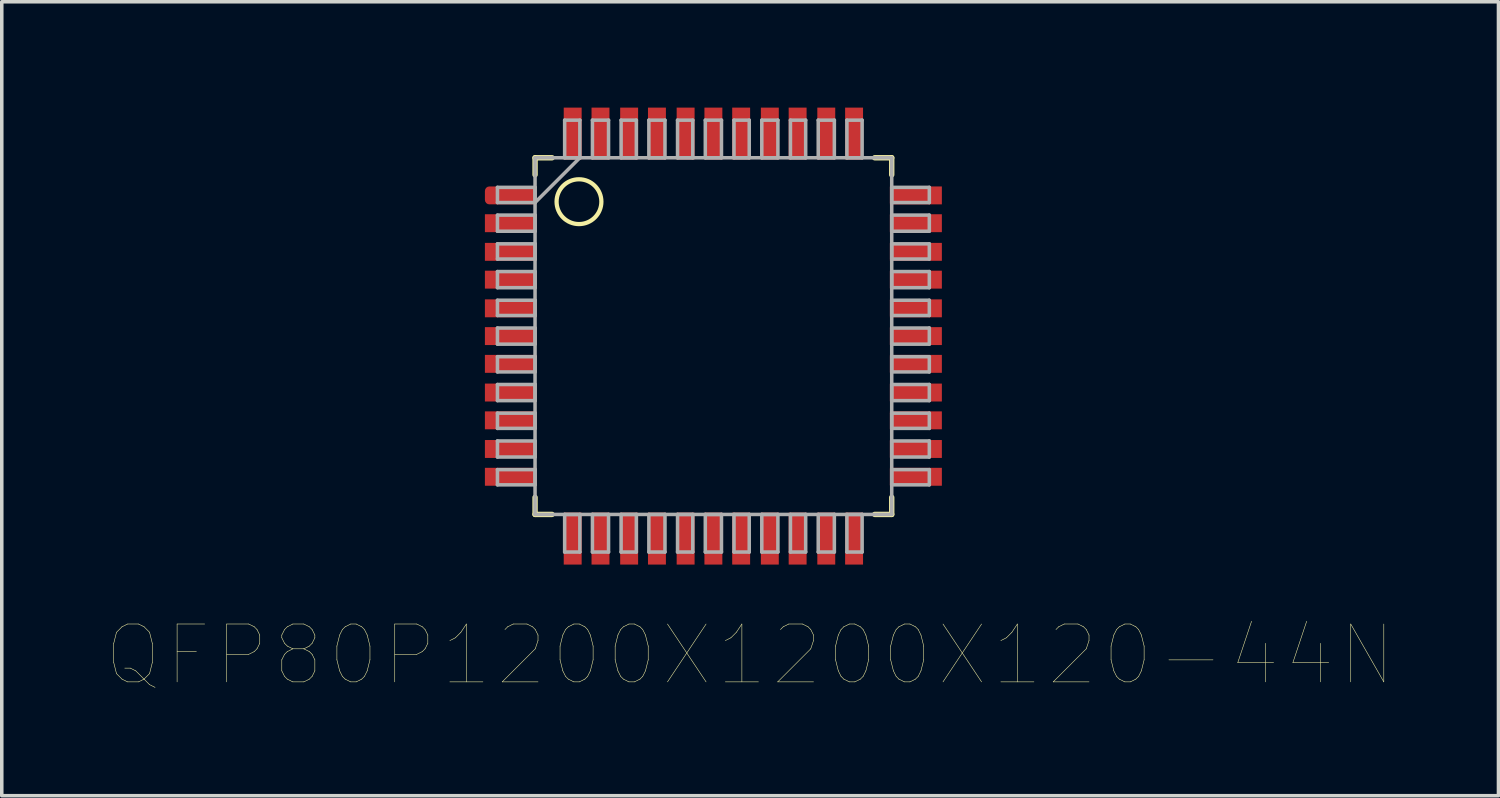
<source format=kicad_pcb>
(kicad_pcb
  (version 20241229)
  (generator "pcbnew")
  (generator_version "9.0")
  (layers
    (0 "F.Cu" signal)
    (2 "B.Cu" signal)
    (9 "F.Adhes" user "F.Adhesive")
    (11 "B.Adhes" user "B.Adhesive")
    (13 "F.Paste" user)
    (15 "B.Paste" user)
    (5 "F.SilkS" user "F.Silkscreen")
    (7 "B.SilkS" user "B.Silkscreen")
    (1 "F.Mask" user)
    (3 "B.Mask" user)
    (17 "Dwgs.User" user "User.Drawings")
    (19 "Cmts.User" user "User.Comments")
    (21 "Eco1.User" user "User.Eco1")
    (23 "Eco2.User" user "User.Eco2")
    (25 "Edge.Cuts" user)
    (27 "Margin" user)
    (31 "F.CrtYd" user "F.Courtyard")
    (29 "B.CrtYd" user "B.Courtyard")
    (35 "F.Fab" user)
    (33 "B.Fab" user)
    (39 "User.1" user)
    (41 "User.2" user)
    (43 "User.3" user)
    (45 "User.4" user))
  (footprint "QFP80P1200X1200X120-44N"
    (layer "F.Cu")
    (at 17.172 6.477)
    (property "Reference" "QFP80P1200X1200X120-44N" (at 1.042 9.044 0) (layer "F.SilkS") (effects (font (size 1.64 1.64) (thickness 0.015))))
    (attr through_hole)
    (fp_line (start -5.055 -5.055) (end -5.055 -4.572) (stroke (width 0.152) (type solid)) (layer "F.SilkS"))
    (fp_line (start -5.055 4.572) (end -5.055 5.055) (stroke (width 0.152) (type solid)) (layer "F.SilkS"))
    (fp_line (start -5.055 5.055) (end -4.572 5.055) (stroke (width 0.152) (type solid)) (layer "F.SilkS"))
    (fp_line (start -4.572 -5.055) (end -5.055 -5.055) (stroke (width 0.152) (type solid)) (layer "F.SilkS"))
    (fp_line (start 4.572 5.055) (end 5.055 5.055) (stroke (width 0.152) (type solid)) (layer "F.SilkS"))
    (fp_line (start 5.055 -5.055) (end 4.572 -5.055) (stroke (width 0.152) (type solid)) (layer "F.SilkS"))
    (fp_line (start 5.055 -4.572) (end 5.055 -5.055) (stroke (width 0.152) (type solid)) (layer "F.SilkS"))
    (fp_line (start 5.055 5.055) (end 5.055 4.572) (stroke (width 0.152) (type solid)) (layer "F.SilkS"))
    (fp_circle (center -3.81 -3.81) (end -3.81 -3.175) (stroke (width 0.12) (type solid)) (fill no) (layer "F.SilkS"))
    (fp_line (start -6.121 -4.216) (end -6.121 -3.785) (stroke (width 0.1) (type solid)) (layer "F.Fab"))
    (fp_line (start -6.121 -3.785) (end -5.055 -3.785) (stroke (width 0.1) (type solid)) (layer "F.Fab"))
    (fp_line (start -6.121 -3.429) (end -6.121 -2.972) (stroke (width 0.1) (type solid)) (layer "F.Fab"))
    (fp_line (start -6.121 -2.972) (end -5.055 -2.972) (stroke (width 0.1) (type solid)) (layer "F.Fab"))
    (fp_line (start -6.121 -2.616) (end -6.121 -2.184) (stroke (width 0.1) (type solid)) (layer "F.Fab"))
    (fp_line (start -6.121 -2.184) (end -5.055 -2.184) (stroke (width 0.1) (type solid)) (layer "F.Fab"))
    (fp_line (start -6.121 -1.829) (end -6.121 -1.372) (stroke (width 0.1) (type solid)) (layer "F.Fab"))
    (fp_line (start -6.121 -1.372) (end -5.055 -1.372) (stroke (width 0.1) (type solid)) (layer "F.Fab"))
    (fp_line (start -6.121 -1.016) (end -6.121 -0.584) (stroke (width 0.1) (type solid)) (layer "F.Fab"))
    (fp_line (start -6.121 -0.584) (end -5.055 -0.584) (stroke (width 0.1) (type solid)) (layer "F.Fab"))
    (fp_line (start -6.121 -0.229) (end -6.121 0.229) (stroke (width 0.1) (type solid)) (layer "F.Fab"))
    (fp_line (start -6.121 0.229) (end -5.055 0.229) (stroke (width 0.1) (type solid)) (layer "F.Fab"))
    (fp_line (start -6.121 0.584) (end -6.121 1.016) (stroke (width 0.1) (type solid)) (layer "F.Fab"))
    (fp_line (start -6.121 1.016) (end -5.055 1.016) (stroke (width 0.1) (type solid)) (layer "F.Fab"))
    (fp_line (start -6.121 1.372) (end -6.121 1.829) (stroke (width 0.1) (type solid)) (layer "F.Fab"))
    (fp_line (start -6.121 1.829) (end -5.055 1.829) (stroke (width 0.1) (type solid)) (layer "F.Fab"))
    (fp_line (start -6.121 2.184) (end -6.121 2.616) (stroke (width 0.1) (type solid)) (layer "F.Fab"))
    (fp_line (start -6.121 2.616) (end -5.055 2.616) (stroke (width 0.1) (type solid)) (layer "F.Fab"))
    (fp_line (start -6.121 2.972) (end -6.121 3.429) (stroke (width 0.1) (type solid)) (layer "F.Fab"))
    (fp_line (start -6.121 3.429) (end -5.055 3.429) (stroke (width 0.1) (type solid)) (layer "F.Fab"))
    (fp_line (start -6.121 3.785) (end -6.121 4.216) (stroke (width 0.1) (type solid)) (layer "F.Fab"))
    (fp_line (start -6.121 4.216) (end -5.055 4.216) (stroke (width 0.1) (type solid)) (layer "F.Fab"))
    (fp_line (start -5.055 -5.055) (end -5.055 5.055) (stroke (width 0.1) (type solid)) (layer "F.Fab"))
    (fp_line (start -5.055 -4.216) (end -6.121 -4.216) (stroke (width 0.1) (type solid)) (layer "F.Fab"))
    (fp_line (start -5.055 -3.785) (end -5.055 -4.216) (stroke (width 0.1) (type solid)) (layer "F.Fab"))
    (fp_line (start -5.055 -3.785) (end -3.785 -5.055) (stroke (width 0.1) (type solid)) (layer "F.Fab"))
    (fp_line (start -5.055 -3.429) (end -6.121 -3.429) (stroke (width 0.1) (type solid)) (layer "F.Fab"))
    (fp_line (start -5.055 -2.972) (end -5.055 -3.429) (stroke (width 0.1) (type solid)) (layer "F.Fab"))
    (fp_line (start -5.055 -2.616) (end -6.121 -2.616) (stroke (width 0.1) (type solid)) (layer "F.Fab"))
    (fp_line (start -5.055 -2.184) (end -5.055 -2.616) (stroke (width 0.1) (type solid)) (layer "F.Fab"))
    (fp_line (start -5.055 -1.829) (end -6.121 -1.829) (stroke (width 0.1) (type solid)) (layer "F.Fab"))
    (fp_line (start -5.055 -1.372) (end -5.055 -1.829) (stroke (width 0.1) (type solid)) (layer "F.Fab"))
    (fp_line (start -5.055 -1.016) (end -6.121 -1.016) (stroke (width 0.1) (type solid)) (layer "F.Fab"))
    (fp_line (start -5.055 -0.584) (end -5.055 -1.016) (stroke (width 0.1) (type solid)) (layer "F.Fab"))
    (fp_line (start -5.055 -0.229) (end -6.121 -0.229) (stroke (width 0.1) (type solid)) (layer "F.Fab"))
    (fp_line (start -5.055 0.229) (end -5.055 -0.229) (stroke (width 0.1) (type solid)) (layer "F.Fab"))
    (fp_line (start -5.055 0.584) (end -6.121 0.584) (stroke (width 0.1) (type solid)) (layer "F.Fab"))
    (fp_line (start -5.055 1.016) (end -5.055 0.584) (stroke (width 0.1) (type solid)) (layer "F.Fab"))
    (fp_line (start -5.055 1.372) (end -6.121 1.372) (stroke (width 0.1) (type solid)) (layer "F.Fab"))
    (fp_line (start -5.055 1.829) (end -5.055 1.372) (stroke (width 0.1) (type solid)) (layer "F.Fab"))
    (fp_line (start -5.055 2.184) (end -6.121 2.184) (stroke (width 0.1) (type solid)) (layer "F.Fab"))
    (fp_line (start -5.055 2.616) (end -5.055 2.184) (stroke (width 0.1) (type solid)) (layer "F.Fab"))
    (fp_line (start -5.055 2.972) (end -6.121 2.972) (stroke (width 0.1) (type solid)) (layer "F.Fab"))
    (fp_line (start -5.055 3.429) (end -5.055 2.972) (stroke (width 0.1) (type solid)) (layer "F.Fab"))
    (fp_line (start -5.055 3.785) (end -6.121 3.785) (stroke (width 0.1) (type solid)) (layer "F.Fab"))
    (fp_line (start -5.055 4.216) (end -5.055 3.785) (stroke (width 0.1) (type solid)) (layer "F.Fab"))
    (fp_line (start -5.055 5.055) (end 5.055 5.055) (stroke (width 0.1) (type solid)) (layer "F.Fab"))
    (fp_line (start -4.216 -6.121) (end -4.216 -5.055) (stroke (width 0.1) (type solid)) (layer "F.Fab"))
    (fp_line (start -4.216 -5.055) (end -3.785 -5.055) (stroke (width 0.1) (type solid)) (layer "F.Fab"))
    (fp_line (start -4.216 5.055) (end -4.216 6.121) (stroke (width 0.1) (type solid)) (layer "F.Fab"))
    (fp_line (start -4.216 6.121) (end -3.785 6.121) (stroke (width 0.1) (type solid)) (layer "F.Fab"))
    (fp_line (start -3.785 -6.121) (end -4.216 -6.121) (stroke (width 0.1) (type solid)) (layer "F.Fab"))
    (fp_line (start -3.785 -5.055) (end -3.785 -6.121) (stroke (width 0.1) (type solid)) (layer "F.Fab"))
    (fp_line (start -3.785 5.055) (end -4.216 5.055) (stroke (width 0.1) (type solid)) (layer "F.Fab"))
    (fp_line (start -3.785 6.121) (end -3.785 5.055) (stroke (width 0.1) (type solid)) (layer "F.Fab"))
    (fp_line (start -3.429 -6.121) (end -3.429 -5.055) (stroke (width 0.1) (type solid)) (layer "F.Fab"))
    (fp_line (start -3.429 -5.055) (end -2.972 -5.055) (stroke (width 0.1) (type solid)) (layer "F.Fab"))
    (fp_line (start -3.429 5.055) (end -3.429 6.121) (stroke (width 0.1) (type solid)) (layer "F.Fab"))
    (fp_line (start -3.429 6.121) (end -2.972 6.121) (stroke (width 0.1) (type solid)) (layer "F.Fab"))
    (fp_line (start -2.972 -6.121) (end -3.429 -6.121) (stroke (width 0.1) (type solid)) (layer "F.Fab"))
    (fp_line (start -2.972 -5.055) (end -2.972 -6.121) (stroke (width 0.1) (type solid)) (layer "F.Fab"))
    (fp_line (start -2.972 5.055) (end -3.429 5.055) (stroke (width 0.1) (type solid)) (layer "F.Fab"))
    (fp_line (start -2.972 6.121) (end -2.972 5.055) (stroke (width 0.1) (type solid)) (layer "F.Fab"))
    (fp_line (start -2.616 -6.121) (end -2.616 -5.055) (stroke (width 0.1) (type solid)) (layer "F.Fab"))
    (fp_line (start -2.616 -5.055) (end -2.184 -5.055) (stroke (width 0.1) (type solid)) (layer "F.Fab"))
    (fp_line (start -2.616 5.055) (end -2.616 6.121) (stroke (width 0.1) (type solid)) (layer "F.Fab"))
    (fp_line (start -2.616 6.121) (end -2.184 6.121) (stroke (width 0.1) (type solid)) (layer "F.Fab"))
    (fp_line (start -2.184 -6.121) (end -2.616 -6.121) (stroke (width 0.1) (type solid)) (layer "F.Fab"))
    (fp_line (start -2.184 -5.055) (end -2.184 -6.121) (stroke (width 0.1) (type solid)) (layer "F.Fab"))
    (fp_line (start -2.184 5.055) (end -2.616 5.055) (stroke (width 0.1) (type solid)) (layer "F.Fab"))
    (fp_line (start -2.184 6.121) (end -2.184 5.055) (stroke (width 0.1) (type solid)) (layer "F.Fab"))
    (fp_line (start -1.829 -6.121) (end -1.829 -5.055) (stroke (width 0.1) (type solid)) (layer "F.Fab"))
    (fp_line (start -1.829 -5.055) (end -1.372 -5.055) (stroke (width 0.1) (type solid)) (layer "F.Fab"))
    (fp_line (start -1.829 5.055) (end -1.829 6.121) (stroke (width 0.1) (type solid)) (layer "F.Fab"))
    (fp_line (start -1.829 6.121) (end -1.372 6.121) (stroke (width 0.1) (type solid)) (layer "F.Fab"))
    (fp_line (start -1.372 -6.121) (end -1.829 -6.121) (stroke (width 0.1) (type solid)) (layer "F.Fab"))
    (fp_line (start -1.372 -5.055) (end -1.372 -6.121) (stroke (width 0.1) (type solid)) (layer "F.Fab"))
    (fp_line (start -1.372 5.055) (end -1.829 5.055) (stroke (width 0.1) (type solid)) (layer "F.Fab"))
    (fp_line (start -1.372 6.121) (end -1.372 5.055) (stroke (width 0.1) (type solid)) (layer "F.Fab"))
    (fp_line (start -1.016 -6.121) (end -1.016 -5.055) (stroke (width 0.1) (type solid)) (layer "F.Fab"))
    (fp_line (start -1.016 -5.055) (end -0.584 -5.055) (stroke (width 0.1) (type solid)) (layer "F.Fab"))
    (fp_line (start -1.016 5.055) (end -1.016 6.121) (stroke (width 0.1) (type solid)) (layer "F.Fab"))
    (fp_line (start -1.016 6.121) (end -0.584 6.121) (stroke (width 0.1) (type solid)) (layer "F.Fab"))
    (fp_line (start -0.584 -6.121) (end -1.016 -6.121) (stroke (width 0.1) (type solid)) (layer "F.Fab"))
    (fp_line (start -0.584 -5.055) (end -0.584 -6.121) (stroke (width 0.1) (type solid)) (layer "F.Fab"))
    (fp_line (start -0.584 5.055) (end -1.016 5.055) (stroke (width 0.1) (type solid)) (layer "F.Fab"))
    (fp_line (start -0.584 6.121) (end -0.584 5.055) (stroke (width 0.1) (type solid)) (layer "F.Fab"))
    (fp_line (start -0.229 -6.121) (end -0.229 -5.055) (stroke (width 0.1) (type solid)) (layer "F.Fab"))
    (fp_line (start -0.229 -5.055) (end 0.229 -5.055) (stroke (width 0.1) (type solid)) (layer "F.Fab"))
    (fp_line (start -0.229 5.055) (end -0.229 6.121) (stroke (width 0.1) (type solid)) (layer "F.Fab"))
    (fp_line (start -0.229 6.121) (end 0.229 6.121) (stroke (width 0.1) (type solid)) (layer "F.Fab"))
    (fp_line (start 0.229 -6.121) (end -0.229 -6.121) (stroke (width 0.1) (type solid)) (layer "F.Fab"))
    (fp_line (start 0.229 -5.055) (end 0.229 -6.121) (stroke (width 0.1) (type solid)) (layer "F.Fab"))
    (fp_line (start 0.229 5.055) (end -0.229 5.055) (stroke (width 0.1) (type solid)) (layer "F.Fab"))
    (fp_line (start 0.229 6.121) (end 0.229 5.055) (stroke (width 0.1) (type solid)) (layer "F.Fab"))
    (fp_line (start 0.584 -6.121) (end 0.584 -5.055) (stroke (width 0.1) (type solid)) (layer "F.Fab"))
    (fp_line (start 0.584 -5.055) (end 1.016 -5.055) (stroke (width 0.1) (type solid)) (layer "F.Fab"))
    (fp_line (start 0.584 5.055) (end 0.584 6.121) (stroke (width 0.1) (type solid)) (layer "F.Fab"))
    (fp_line (start 0.584 6.121) (end 1.016 6.121) (stroke (width 0.1) (type solid)) (layer "F.Fab"))
    (fp_line (start 1.016 -6.121) (end 0.584 -6.121) (stroke (width 0.1) (type solid)) (layer "F.Fab"))
    (fp_line (start 1.016 -5.055) (end 1.016 -6.121) (stroke (width 0.1) (type solid)) (layer "F.Fab"))
    (fp_line (start 1.016 5.055) (end 0.584 5.055) (stroke (width 0.1) (type solid)) (layer "F.Fab"))
    (fp_line (start 1.016 6.121) (end 1.016 5.055) (stroke (width 0.1) (type solid)) (layer "F.Fab"))
    (fp_line (start 1.372 -6.121) (end 1.372 -5.055) (stroke (width 0.1) (type solid)) (layer "F.Fab"))
    (fp_line (start 1.372 -5.055) (end 1.829 -5.055) (stroke (width 0.1) (type solid)) (layer "F.Fab"))
    (fp_line (start 1.372 5.055) (end 1.372 6.121) (stroke (width 0.1) (type solid)) (layer "F.Fab"))
    (fp_line (start 1.372 6.121) (end 1.829 6.121) (stroke (width 0.1) (type solid)) (layer "F.Fab"))
    (fp_line (start 1.829 -6.121) (end 1.372 -6.121) (stroke (width 0.1) (type solid)) (layer "F.Fab"))
    (fp_line (start 1.829 -5.055) (end 1.829 -6.121) (stroke (width 0.1) (type solid)) (layer "F.Fab"))
    (fp_line (start 1.829 5.055) (end 1.372 5.055) (stroke (width 0.1) (type solid)) (layer "F.Fab"))
    (fp_line (start 1.829 6.121) (end 1.829 5.055) (stroke (width 0.1) (type solid)) (layer "F.Fab"))
    (fp_line (start 2.184 -6.121) (end 2.184 -5.055) (stroke (width 0.1) (type solid)) (layer "F.Fab"))
    (fp_line (start 2.184 -5.055) (end 2.616 -5.055) (stroke (width 0.1) (type solid)) (layer "F.Fab"))
    (fp_line (start 2.184 5.055) (end 2.184 6.121) (stroke (width 0.1) (type solid)) (layer "F.Fab"))
    (fp_line (start 2.184 6.121) (end 2.616 6.121) (stroke (width 0.1) (type solid)) (layer "F.Fab"))
    (fp_line (start 2.616 -6.121) (end 2.184 -6.121) (stroke (width 0.1) (type solid)) (layer "F.Fab"))
    (fp_line (start 2.616 -5.055) (end 2.616 -6.121) (stroke (width 0.1) (type solid)) (layer "F.Fab"))
    (fp_line (start 2.616 5.055) (end 2.184 5.055) (stroke (width 0.1) (type solid)) (layer "F.Fab"))
    (fp_line (start 2.616 6.121) (end 2.616 5.055) (stroke (width 0.1) (type solid)) (layer "F.Fab"))
    (fp_line (start 2.972 -6.121) (end 2.972 -5.055) (stroke (width 0.1) (type solid)) (layer "F.Fab"))
    (fp_line (start 2.972 -5.055) (end 3.429 -5.055) (stroke (width 0.1) (type solid)) (layer "F.Fab"))
    (fp_line (start 2.972 5.055) (end 2.972 6.121) (stroke (width 0.1) (type solid)) (layer "F.Fab"))
    (fp_line (start 2.972 6.121) (end 3.429 6.121) (stroke (width 0.1) (type solid)) (layer "F.Fab"))
    (fp_line (start 3.429 -6.121) (end 2.972 -6.121) (stroke (width 0.1) (type solid)) (layer "F.Fab"))
    (fp_line (start 3.429 -5.055) (end 3.429 -6.121) (stroke (width 0.1) (type solid)) (layer "F.Fab"))
    (fp_line (start 3.429 5.055) (end 2.972 5.055) (stroke (width 0.1) (type solid)) (layer "F.Fab"))
    (fp_line (start 3.429 6.121) (end 3.429 5.055) (stroke (width 0.1) (type solid)) (layer "F.Fab"))
    (fp_line (start 3.785 -6.121) (end 3.785 -5.055) (stroke (width 0.1) (type solid)) (layer "F.Fab"))
    (fp_line (start 3.785 -5.055) (end 4.216 -5.055) (stroke (width 0.1) (type solid)) (layer "F.Fab"))
    (fp_line (start 3.785 5.055) (end 3.785 6.121) (stroke (width 0.1) (type solid)) (layer "F.Fab"))
    (fp_line (start 3.785 6.121) (end 4.216 6.121) (stroke (width 0.1) (type solid)) (layer "F.Fab"))
    (fp_line (start 4.216 -6.121) (end 3.785 -6.121) (stroke (width 0.1) (type solid)) (layer "F.Fab"))
    (fp_line (start 4.216 -5.055) (end 4.216 -6.121) (stroke (width 0.1) (type solid)) (layer "F.Fab"))
    (fp_line (start 4.216 5.055) (end 3.785 5.055) (stroke (width 0.1) (type solid)) (layer "F.Fab"))
    (fp_line (start 4.216 6.121) (end 4.216 5.055) (stroke (width 0.1) (type solid)) (layer "F.Fab"))
    (fp_line (start 5.055 -5.055) (end -5.055 -5.055) (stroke (width 0.1) (type solid)) (layer "F.Fab"))
    (fp_line (start 5.055 -4.216) (end 5.055 -3.785) (stroke (width 0.1) (type solid)) (layer "F.Fab"))
    (fp_line (start 5.055 -3.785) (end 6.121 -3.785) (stroke (width 0.1) (type solid)) (layer "F.Fab"))
    (fp_line (start 5.055 -3.429) (end 5.055 -2.972) (stroke (width 0.1) (type solid)) (layer "F.Fab"))
    (fp_line (start 5.055 -2.972) (end 6.121 -2.972) (stroke (width 0.1) (type solid)) (layer "F.Fab"))
    (fp_line (start 5.055 -2.616) (end 5.055 -2.184) (stroke (width 0.1) (type solid)) (layer "F.Fab"))
    (fp_line (start 5.055 -2.184) (end 6.121 -2.184) (stroke (width 0.1) (type solid)) (layer "F.Fab"))
    (fp_line (start 5.055 -1.829) (end 5.055 -1.372) (stroke (width 0.1) (type solid)) (layer "F.Fab"))
    (fp_line (start 5.055 -1.372) (end 6.121 -1.372) (stroke (width 0.1) (type solid)) (layer "F.Fab"))
    (fp_line (start 5.055 -1.016) (end 5.055 -0.584) (stroke (width 0.1) (type solid)) (layer "F.Fab"))
    (fp_line (start 5.055 -0.584) (end 6.121 -0.584) (stroke (width 0.1) (type solid)) (layer "F.Fab"))
    (fp_line (start 5.055 -0.229) (end 5.055 0.229) (stroke (width 0.1) (type solid)) (layer "F.Fab"))
    (fp_line (start 5.055 0.229) (end 6.121 0.229) (stroke (width 0.1) (type solid)) (layer "F.Fab"))
    (fp_line (start 5.055 0.584) (end 5.055 1.016) (stroke (width 0.1) (type solid)) (layer "F.Fab"))
    (fp_line (start 5.055 1.016) (end 6.121 1.016) (stroke (width 0.1) (type solid)) (layer "F.Fab"))
    (fp_line (start 5.055 1.372) (end 5.055 1.829) (stroke (width 0.1) (type solid)) (layer "F.Fab"))
    (fp_line (start 5.055 1.829) (end 6.121 1.829) (stroke (width 0.1) (type solid)) (layer "F.Fab"))
    (fp_line (start 5.055 2.184) (end 5.055 2.616) (stroke (width 0.1) (type solid)) (layer "F.Fab"))
    (fp_line (start 5.055 2.616) (end 6.121 2.616) (stroke (width 0.1) (type solid)) (layer "F.Fab"))
    (fp_line (start 5.055 2.972) (end 5.055 3.429) (stroke (width 0.1) (type solid)) (layer "F.Fab"))
    (fp_line (start 5.055 3.429) (end 6.121 3.429) (stroke (width 0.1) (type solid)) (layer "F.Fab"))
    (fp_line (start 5.055 3.785) (end 5.055 4.216) (stroke (width 0.1) (type solid)) (layer "F.Fab"))
    (fp_line (start 5.055 4.216) (end 6.121 4.216) (stroke (width 0.1) (type solid)) (layer "F.Fab"))
    (fp_line (start 5.055 5.055) (end 5.055 -5.055) (stroke (width 0.1) (type solid)) (layer "F.Fab"))
    (fp_line (start 6.121 -4.216) (end 5.055 -4.216) (stroke (width 0.1) (type solid)) (layer "F.Fab"))
    (fp_line (start 6.121 -3.785) (end 6.121 -4.216) (stroke (width 0.1) (type solid)) (layer "F.Fab"))
    (fp_line (start 6.121 -3.429) (end 5.055 -3.429) (stroke (width 0.1) (type solid)) (layer "F.Fab"))
    (fp_line (start 6.121 -2.972) (end 6.121 -3.429) (stroke (width 0.1) (type solid)) (layer "F.Fab"))
    (fp_line (start 6.121 -2.616) (end 5.055 -2.616) (stroke (width 0.1) (type solid)) (layer "F.Fab"))
    (fp_line (start 6.121 -2.184) (end 6.121 -2.616) (stroke (width 0.1) (type solid)) (layer "F.Fab"))
    (fp_line (start 6.121 -1.829) (end 5.055 -1.829) (stroke (width 0.1) (type solid)) (layer "F.Fab"))
    (fp_line (start 6.121 -1.372) (end 6.121 -1.829) (stroke (width 0.1) (type solid)) (layer "F.Fab"))
    (fp_line (start 6.121 -1.016) (end 5.055 -1.016) (stroke (width 0.1) (type solid)) (layer "F.Fab"))
    (fp_line (start 6.121 -0.584) (end 6.121 -1.016) (stroke (width 0.1) (type solid)) (layer "F.Fab"))
    (fp_line (start 6.121 -0.229) (end 5.055 -0.229) (stroke (width 0.1) (type solid)) (layer "F.Fab"))
    (fp_line (start 6.121 0.229) (end 6.121 -0.229) (stroke (width 0.1) (type solid)) (layer "F.Fab"))
    (fp_line (start 6.121 0.584) (end 5.055 0.584) (stroke (width 0.1) (type solid)) (layer "F.Fab"))
    (fp_line (start 6.121 1.016) (end 6.121 0.584) (stroke (width 0.1) (type solid)) (layer "F.Fab"))
    (fp_line (start 6.121 1.372) (end 5.055 1.372) (stroke (width 0.1) (type solid)) (layer "F.Fab"))
    (fp_line (start 6.121 1.829) (end 6.121 1.372) (stroke (width 0.1) (type solid)) (layer "F.Fab"))
    (fp_line (start 6.121 2.184) (end 5.055 2.184) (stroke (width 0.1) (type solid)) (layer "F.Fab"))
    (fp_line (start 6.121 2.616) (end 6.121 2.184) (stroke (width 0.1) (type solid)) (layer "F.Fab"))
    (fp_line (start 6.121 2.972) (end 5.055 2.972) (stroke (width 0.1) (type solid)) (layer "F.Fab"))
    (fp_line (start 6.121 3.429) (end 6.121 2.972) (stroke (width 0.1) (type solid)) (layer "F.Fab"))
    (fp_line (start 6.121 3.785) (end 5.055 3.785) (stroke (width 0.1) (type solid)) (layer "F.Fab"))
    (fp_line (start 6.121 4.216) (end 6.121 3.785) (stroke (width 0.1) (type solid)) (layer "F.Fab"))
    (pad "1" smd roundrect (at -5.74 -3.988) (size 1.473 0.508) (layers "F.Cu" "F.Mask" "F.Paste") (roundrect_rratio 0.25))
    (pad "2" smd rect (at -5.74 -3.2) (size 1.473 0.508) (layers "F.Cu" "F.Mask" "F.Paste"))
    (pad "3" smd rect (at -5.74 -2.388) (size 1.473 0.508) (layers "F.Cu" "F.Mask" "F.Paste"))
    (pad "4" smd rect (at -5.74 -1.6) (size 1.473 0.508) (layers "F.Cu" "F.Mask" "F.Paste"))
    (pad "5" smd rect (at -5.74 -0.787) (size 1.473 0.508) (layers "F.Cu" "F.Mask" "F.Paste"))
    (pad "6" smd rect (at -5.74 0) (size 1.473 0.508) (layers "F.Cu" "F.Mask" "F.Paste"))
    (pad "7" smd rect (at -5.74 0.787) (size 1.473 0.508) (layers "F.Cu" "F.Mask" "F.Paste"))
    (pad "8" smd rect (at -5.74 1.6) (size 1.473 0.508) (layers "F.Cu" "F.Mask" "F.Paste"))
    (pad "9" smd rect (at -5.74 2.388) (size 1.473 0.508) (layers "F.Cu" "F.Mask" "F.Paste"))
    (pad "10" smd rect (at -5.74 3.2) (size 1.473 0.508) (layers "F.Cu" "F.Mask" "F.Paste"))
    (pad "11" smd rect (at -5.74 3.988) (size 1.473 0.508) (layers "F.Cu" "F.Mask" "F.Paste"))
    (pad "12" smd rect (at -3.988 5.74) (size 0.508 1.473) (layers "F.Cu" "F.Mask" "F.Paste"))
    (pad "13" smd rect (at -3.2 5.74) (size 0.508 1.473) (layers "F.Cu" "F.Mask" "F.Paste"))
    (pad "14" smd rect (at -2.388 5.74) (size 0.508 1.473) (layers "F.Cu" "F.Mask" "F.Paste"))
    (pad "15" smd rect (at -1.6 5.74) (size 0.508 1.473) (layers "F.Cu" "F.Mask" "F.Paste"))
    (pad "16" smd rect (at -0.787 5.74) (size 0.508 1.473) (layers "F.Cu" "F.Mask" "F.Paste"))
    (pad "17" smd rect (at 0 5.74) (size 0.508 1.473) (layers "F.Cu" "F.Mask" "F.Paste"))
    (pad "18" smd rect (at 0.787 5.74) (size 0.508 1.473) (layers "F.Cu" "F.Mask" "F.Paste"))
    (pad "19" smd rect (at 1.6 5.74) (size 0.508 1.473) (layers "F.Cu" "F.Mask" "F.Paste"))
    (pad "20" smd rect (at 2.388 5.74) (size 0.508 1.473) (layers "F.Cu" "F.Mask" "F.Paste"))
    (pad "21" smd rect (at 3.2 5.74) (size 0.508 1.473) (layers "F.Cu" "F.Mask" "F.Paste"))
    (pad "22" smd rect (at 3.988 5.74) (size 0.508 1.473) (layers "F.Cu" "F.Mask" "F.Paste"))
    (pad "23" smd rect (at 5.74 3.988) (size 1.473 0.508) (layers "F.Cu" "F.Mask" "F.Paste"))
    (pad "24" smd rect (at 5.74 3.2) (size 1.473 0.508) (layers "F.Cu" "F.Mask" "F.Paste"))
    (pad "25" smd rect (at 5.74 2.388) (size 1.473 0.508) (layers "F.Cu" "F.Mask" "F.Paste"))
    (pad "26" smd rect (at 5.74 1.6) (size 1.473 0.508) (layers "F.Cu" "F.Mask" "F.Paste"))
    (pad "27" smd rect (at 5.74 0.787) (size 1.473 0.508) (layers "F.Cu" "F.Mask" "F.Paste"))
    (pad "28" smd rect (at 5.74 0) (size 1.473 0.508) (layers "F.Cu" "F.Mask" "F.Paste"))
    (pad "29" smd rect (at 5.74 -0.787) (size 1.473 0.508) (layers "F.Cu" "F.Mask" "F.Paste"))
    (pad "30" smd rect (at 5.74 -1.6) (size 1.473 0.508) (layers "F.Cu" "F.Mask" "F.Paste"))
    (pad "31" smd rect (at 5.74 -2.388) (size 1.473 0.508) (layers "F.Cu" "F.Mask" "F.Paste"))
    (pad "32" smd rect (at 5.74 -3.2) (size 1.473 0.508) (layers "F.Cu" "F.Mask" "F.Paste"))
    (pad "33" smd rect (at 5.74 -3.988) (size 1.473 0.508) (layers "F.Cu" "F.Mask" "F.Paste"))
    (pad "34" smd rect (at 3.988 -5.74) (size 0.508 1.473) (layers "F.Cu" "F.Mask" "F.Paste"))
    (pad "35" smd rect (at 3.2 -5.74) (size 0.508 1.473) (layers "F.Cu" "F.Mask" "F.Paste"))
    (pad "36" smd rect (at 2.388 -5.74) (size 0.508 1.473) (layers "F.Cu" "F.Mask" "F.Paste"))
    (pad "37" smd rect (at 1.6 -5.74) (size 0.508 1.473) (layers "F.Cu" "F.Mask" "F.Paste"))
    (pad "38" smd rect (at 0.787 -5.74) (size 0.508 1.473) (layers "F.Cu" "F.Mask" "F.Paste"))
    (pad "39" smd rect (at 0 -5.74) (size 0.508 1.473) (layers "F.Cu" "F.Mask" "F.Paste"))
    (pad "40" smd rect (at -0.787 -5.74) (size 0.508 1.473) (layers "F.Cu" "F.Mask" "F.Paste"))
    (pad "41" smd rect (at -1.6 -5.74) (size 0.508 1.473) (layers "F.Cu" "F.Mask" "F.Paste"))
    (pad "42" smd rect (at -2.388 -5.74) (size 0.508 1.473) (layers "F.Cu" "F.Mask" "F.Paste"))
    (pad "43" smd rect (at -3.2 -5.74) (size 0.508 1.473) (layers "F.Cu" "F.Mask" "F.Paste"))
    (pad "44" smd rect (at -3.988 -5.74) (size 0.508 1.473) (layers "F.Cu" "F.Mask" "F.Paste")))
  (gr_rect
    (start -3 -3)
    (end 39.426 19.506)
    (stroke (width 0.1) (type default))
    (fill no)
    (layer "Edge.Cuts")))
</source>
